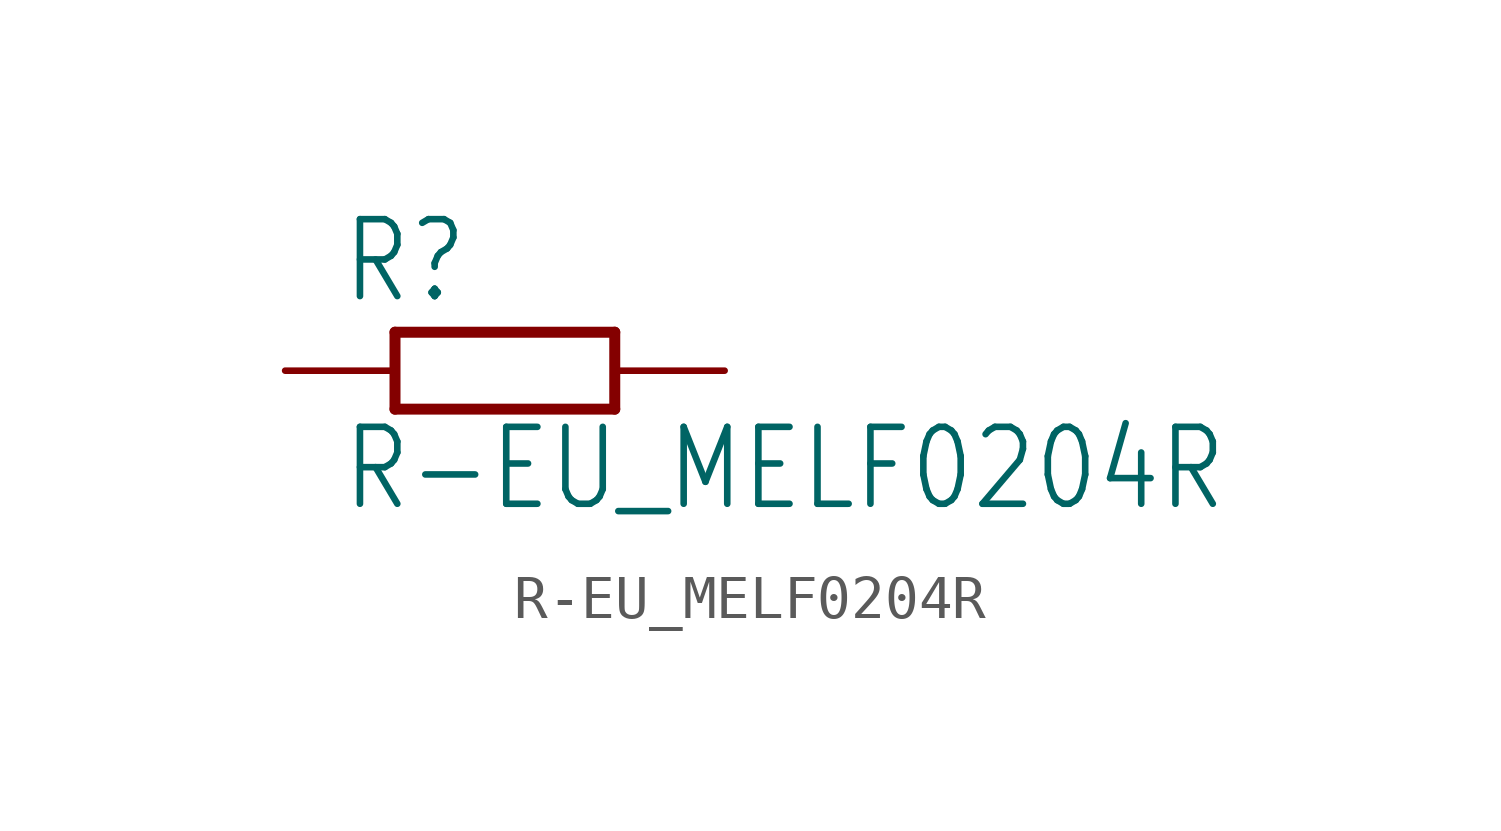
<source format=kicad_sym>
(kicad_symbol_lib
  (version 20220331)
  (generator kicad_symbol_editor)
  (symbol "R-EU_MELF0204R"
    (property "Reference" "R"
      (at -3.81 1.499 0)
      (effects (font (size 1.778 1.511)) (justify left bottom)))
    (property "Value" "R-EU_MELF0204R"
      (at -3.81 -3.302 0)
      (effects (font (size 1.778 1.511)) (justify left bottom)))
    (property "ki_locked" ""
      (at 0 0 0)
      (effects (font (size 1.27 1.27))))
    (symbol "R-EU_MELF0204R_1_0"
      (polyline (pts (xy -2.54 -0.889) (xy -2.54 0.889)) (stroke (width 0.254) (type solid)) (fill (type none)))
      (polyline (pts (xy -2.54 -0.889) (xy 2.54 -0.889)) (stroke (width 0.254) (type solid)) (fill (type none)))
      (polyline (pts (xy 2.54 -0.889) (xy 2.54 0.889)) (stroke (width 0.254) (type solid)) (fill (type none)))
      (polyline (pts (xy 2.54 0.889) (xy -2.54 0.889)) (stroke (width 0.254) (type solid)) (fill (type none)))
      (pin passive line (at -5.08 0 0) (length 2.54) (name "1" (effects (font (size 0 0)))) (number "1" (effects (font (size 0 0)))))
      (pin passive line (at 5.08 0 180) (length 2.54) (name "2" (effects (font (size 0 0)))) (number "2" (effects (font (size 0 0))))))))
</source>
